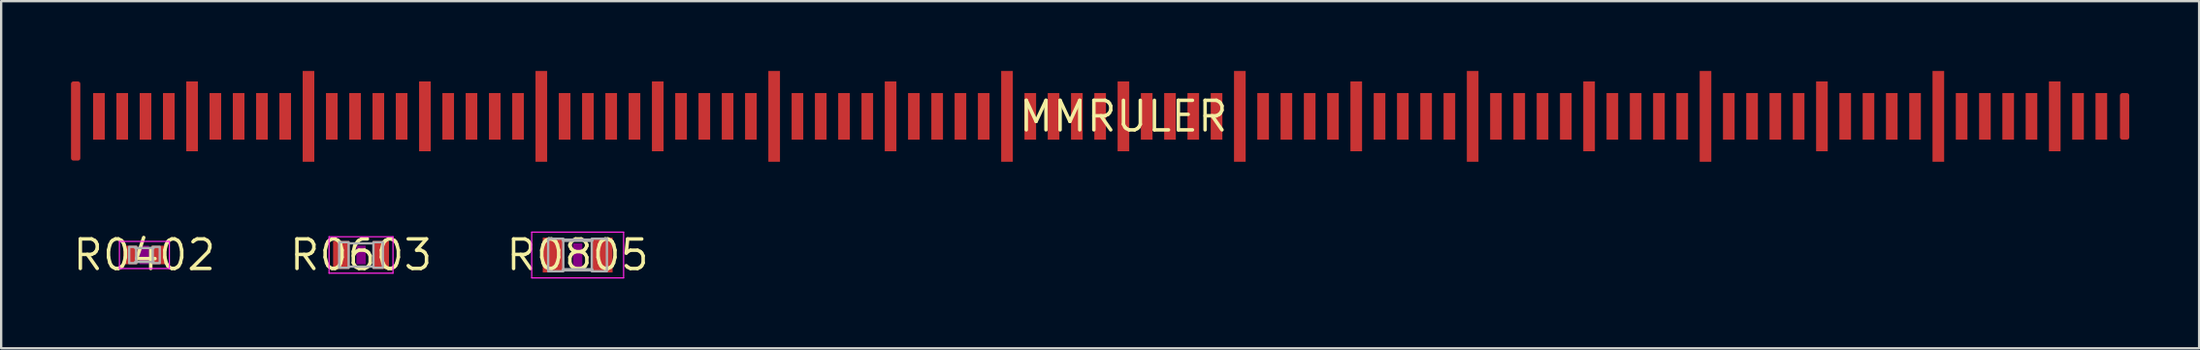
<source format=kicad_pcb>
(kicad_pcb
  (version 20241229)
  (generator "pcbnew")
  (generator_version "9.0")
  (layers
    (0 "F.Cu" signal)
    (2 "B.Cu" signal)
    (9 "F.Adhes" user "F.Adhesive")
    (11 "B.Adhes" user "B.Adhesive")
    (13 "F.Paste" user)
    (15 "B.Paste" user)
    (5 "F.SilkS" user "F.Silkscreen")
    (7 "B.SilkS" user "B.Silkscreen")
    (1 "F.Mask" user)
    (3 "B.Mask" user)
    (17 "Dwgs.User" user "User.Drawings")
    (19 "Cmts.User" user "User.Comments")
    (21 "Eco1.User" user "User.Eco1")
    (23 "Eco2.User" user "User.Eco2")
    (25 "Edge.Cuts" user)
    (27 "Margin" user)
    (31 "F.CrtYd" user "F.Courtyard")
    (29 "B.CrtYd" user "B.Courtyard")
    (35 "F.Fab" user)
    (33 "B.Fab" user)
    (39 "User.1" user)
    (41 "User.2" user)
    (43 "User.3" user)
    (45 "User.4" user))
  (footprint "MMRULER"
    (layer "F.Cu")
    (at 45.2 1.95)
    (property "Reference" "MMRULER" (at 0 0 0) (layer "F.SilkS") (effects (font (size 1.27 1.27) (thickness 0.15))))
    (pad "P$1" smd rect (at 0 0 90) (size 3 0.5) (layers "F.Cu" "F.Mask" "F.Paste"))
    (pad "P$2" smd rect (at 31 0 90) (size 2 0.5) (layers "F.Cu" "F.Mask" "F.Paste"))
    (pad "P$3" smd rect (at 32 0 90) (size 2 0.5) (layers "F.Cu" "F.Mask" "F.Paste"))
    (pad "P$4" smd rect (at 33 0 90) (size 2 0.5) (layers "F.Cu" "F.Mask" "F.Paste"))
    (pad "P$5" smd rect (at 34 0 90) (size 2 0.5) (layers "F.Cu" "F.Mask" "F.Paste"))
    (pad "P$6" smd rect (at 35 0 90) (size 3.9 0.5) (layers "F.Cu" "F.Mask" "F.Paste"))
    (pad "P$7" smd rect (at 36 0 90) (size 2 0.5) (layers "F.Cu" "F.Mask" "F.Paste"))
    (pad "P$8" smd rect (at 37 0 90) (size 2 0.5) (layers "F.Cu" "F.Mask" "F.Paste"))
    (pad "P$9" smd rect (at 38 0 90) (size 2 0.5) (layers "F.Cu" "F.Mask" "F.Paste"))
    (pad "P$10" smd rect (at 39 0 90) (size 2 0.5) (layers "F.Cu" "F.Mask" "F.Paste"))
    (pad "P$11" smd rect (at 40 0 90) (size 3 0.5) (layers "F.Cu" "F.Mask" "F.Paste"))
    (pad "P$12" smd rect (at 41 0 90) (size 2 0.5) (layers "F.Cu" "F.Mask" "F.Paste"))
    (pad "P$13" smd rect (at 42 0 90) (size 2 0.5) (layers "F.Cu" "F.Mask" "F.Paste"))
    (pad "P$14" smd roundrect (at 43 0 90) (size 2 0.4) (layers "F.Cu" "F.Mask" "F.Paste") (roundrect_rratio 0.25))
    (pad "P$16" smd rect (at -15 0 90) (size 3.9 0.5) (layers "F.Cu" "F.Mask" "F.Paste"))
    (pad "P$17" smd rect (at -14 0 90) (size 2 0.5) (layers "F.Cu" "F.Mask" "F.Paste"))
    (pad "P$18" smd rect (at -13 0 90) (size 2 0.5) (layers "F.Cu" "F.Mask" "F.Paste"))
    (pad "P$19" smd rect (at -12 0 90) (size 2 0.5) (layers "F.Cu" "F.Mask" "F.Paste"))
    (pad "P$20" smd rect (at -11 0 90) (size 2 0.5) (layers "F.Cu" "F.Mask" "F.Paste"))
    (pad "P$21" smd rect (at -10 0 90) (size 3 0.5) (layers "F.Cu" "F.Mask" "F.Paste"))
    (pad "P$22" smd rect (at -9 0 90) (size 2 0.5) (layers "F.Cu" "F.Mask" "F.Paste"))
    (pad "P$23" smd rect (at -8 0 90) (size 2 0.5) (layers "F.Cu" "F.Mask" "F.Paste"))
    (pad "P$24" smd rect (at -7 0 90) (size 2 0.5) (layers "F.Cu" "F.Mask" "F.Paste"))
    (pad "P$25" smd rect (at -6 0 90) (size 2 0.5) (layers "F.Cu" "F.Mask" "F.Paste"))
    (pad "P$26" smd rect (at -5 0 90) (size 3.9 0.5) (layers "F.Cu" "F.Mask" "F.Paste"))
    (pad "P$27" smd rect (at -4 0 90) (size 2 0.5) (layers "F.Cu" "F.Mask" "F.Paste"))
    (pad "P$28" smd rect (at -3 0 90) (size 2 0.5) (layers "F.Cu" "F.Mask" "F.Paste"))
    (pad "P$29" smd rect (at -2 0 90) (size 2 0.5) (layers "F.Cu" "F.Mask" "F.Paste"))
    (pad "P$30" smd rect (at -1 0 90) (size 2 0.5) (layers "F.Cu" "F.Mask" "F.Paste"))
    (pad "P$31" smd rect (at -30 0 90) (size 3 0.5) (layers "F.Cu" "F.Mask" "F.Paste"))
    (pad "P$32" smd rect (at -29 0 90) (size 2 0.5) (layers "F.Cu" "F.Mask" "F.Paste"))
    (pad "P$33" smd rect (at -28 0 90) (size 2 0.5) (layers "F.Cu" "F.Mask" "F.Paste"))
    (pad "P$34" smd rect (at -27 0 90) (size 2 0.5) (layers "F.Cu" "F.Mask" "F.Paste"))
    (pad "P$35" smd rect (at -26 0 90) (size 2 0.5) (layers "F.Cu" "F.Mask" "F.Paste"))
    (pad "P$36" smd rect (at -25 0 90) (size 3.9 0.5) (layers "F.Cu" "F.Mask" "F.Paste"))
    (pad "P$37" smd rect (at -24 0 90) (size 2 0.5) (layers "F.Cu" "F.Mask" "F.Paste"))
    (pad "P$38" smd rect (at -23 0 90) (size 2 0.5) (layers "F.Cu" "F.Mask" "F.Paste"))
    (pad "P$39" smd rect (at -22 0 90) (size 2 0.5) (layers "F.Cu" "F.Mask" "F.Paste"))
    (pad "P$40" smd rect (at -21 0 90) (size 2 0.5) (layers "F.Cu" "F.Mask" "F.Paste"))
    (pad "P$41" smd rect (at -20 0 90) (size 3 0.5) (layers "F.Cu" "F.Mask" "F.Paste"))
    (pad "P$42" smd rect (at -19 0 90) (size 2 0.5) (layers "F.Cu" "F.Mask" "F.Paste"))
    (pad "P$43" smd rect (at -18 0 90) (size 2 0.5) (layers "F.Cu" "F.Mask" "F.Paste"))
    (pad "P$44" smd rect (at -17 0 90) (size 2 0.5) (layers "F.Cu" "F.Mask" "F.Paste"))
    (pad "P$45" smd rect (at -16 0 90) (size 2 0.5) (layers "F.Cu" "F.Mask" "F.Paste"))
    (pad "P$46" smd roundrect (at -45 0.2 90) (size 3.4 0.4) (layers "F.Cu" "F.Mask" "F.Paste") (roundrect_rratio 0.25))
    (pad "P$47" smd rect (at -44 0 90) (size 2 0.5) (layers "F.Cu" "F.Mask" "F.Paste"))
    (pad "P$48" smd rect (at -43 0 90) (size 2 0.5) (layers "F.Cu" "F.Mask" "F.Paste"))
    (pad "P$49" smd rect (at -42 0 90) (size 2 0.5) (layers "F.Cu" "F.Mask" "F.Paste"))
    (pad "P$50" smd rect (at -41 0 90) (size 2 0.5) (layers "F.Cu" "F.Mask" "F.Paste"))
    (pad "P$51" smd rect (at -40 0 90) (size 3 0.5) (layers "F.Cu" "F.Mask" "F.Paste"))
    (pad "P$52" smd rect (at -39 0 90) (size 2 0.5) (layers "F.Cu" "F.Mask" "F.Paste"))
    (pad "P$53" smd rect (at -38 0 90) (size 2 0.5) (layers "F.Cu" "F.Mask" "F.Paste"))
    (pad "P$54" smd rect (at -37 0 90) (size 2 0.5) (layers "F.Cu" "F.Mask" "F.Paste"))
    (pad "P$55" smd rect (at -36 0 90) (size 2 0.5) (layers "F.Cu" "F.Mask" "F.Paste"))
    (pad "P$56" smd rect (at -35 0 90) (size 3.9 0.5) (layers "F.Cu" "F.Mask" "F.Paste"))
    (pad "P$57" smd rect (at -34 0 90) (size 2 0.5) (layers "F.Cu" "F.Mask" "F.Paste"))
    (pad "P$58" smd rect (at -33 0 90) (size 2 0.5) (layers "F.Cu" "F.Mask" "F.Paste"))
    (pad "P$59" smd rect (at -32 0 90) (size 2 0.5) (layers "F.Cu" "F.Mask" "F.Paste"))
    (pad "P$60" smd rect (at -31 0 90) (size 2 0.5) (layers "F.Cu" "F.Mask" "F.Paste"))
    (pad "P$62" smd rect (at 16 0 90) (size 2 0.5) (layers "F.Cu" "F.Mask" "F.Paste"))
    (pad "P$63" smd rect (at 17 0 90) (size 2 0.5) (layers "F.Cu" "F.Mask" "F.Paste"))
    (pad "P$64" smd rect (at 18 0 90) (size 2 0.5) (layers "F.Cu" "F.Mask" "F.Paste"))
    (pad "P$65" smd rect (at 19 0 90) (size 2 0.5) (layers "F.Cu" "F.Mask" "F.Paste"))
    (pad "P$66" smd rect (at 20 0 90) (size 3 0.5) (layers "F.Cu" "F.Mask" "F.Paste"))
    (pad "P$67" smd rect (at 21 0 90) (size 2 0.5) (layers "F.Cu" "F.Mask" "F.Paste"))
    (pad "P$68" smd rect (at 22 0 90) (size 2 0.5) (layers "F.Cu" "F.Mask" "F.Paste"))
    (pad "P$69" smd rect (at 23 0 90) (size 2 0.5) (layers "F.Cu" "F.Mask" "F.Paste"))
    (pad "P$70" smd rect (at 24 0 90) (size 2 0.5) (layers "F.Cu" "F.Mask" "F.Paste"))
    (pad "P$71" smd rect (at 25 0 90) (size 3.9 0.5) (layers "F.Cu" "F.Mask" "F.Paste"))
    (pad "P$72" smd rect (at 26 0 90) (size 2 0.5) (layers "F.Cu" "F.Mask" "F.Paste"))
    (pad "P$73" smd rect (at 27 0 90) (size 2 0.5) (layers "F.Cu" "F.Mask" "F.Paste"))
    (pad "P$74" smd rect (at 28 0 90) (size 2 0.5) (layers "F.Cu" "F.Mask" "F.Paste"))
    (pad "P$75" smd rect (at 29 0 90) (size 2 0.5) (layers "F.Cu" "F.Mask" "F.Paste"))
    (pad "P$76" smd rect (at 30 0 90) (size 3 0.5) (layers "F.Cu" "F.Mask" "F.Paste"))
    (pad "P$77" smd rect (at 1 0 90) (size 2 0.5) (layers "F.Cu" "F.Mask" "F.Paste"))
    (pad "P$78" smd rect (at 2 0 90) (size 2 0.5) (layers "F.Cu" "F.Mask" "F.Paste"))
    (pad "P$79" smd rect (at 3 0 90) (size 2 0.5) (layers "F.Cu" "F.Mask" "F.Paste"))
    (pad "P$80" smd rect (at 4 0 90) (size 2 0.5) (layers "F.Cu" "F.Mask" "F.Paste"))
    (pad "P$81" smd rect (at 5 0 90) (size 3.9 0.5) (layers "F.Cu" "F.Mask" "F.Paste"))
    (pad "P$82" smd rect (at 6 0 90) (size 2 0.5) (layers "F.Cu" "F.Mask" "F.Paste"))
    (pad "P$83" smd rect (at 7 0 90) (size 2 0.5) (layers "F.Cu" "F.Mask" "F.Paste"))
    (pad "P$84" smd rect (at 8 0 90) (size 2 0.5) (layers "F.Cu" "F.Mask" "F.Paste"))
    (pad "P$85" smd rect (at 9 0 90) (size 2 0.5) (layers "F.Cu" "F.Mask" "F.Paste"))
    (pad "P$86" smd rect (at 10 0 90) (size 3 0.5) (layers "F.Cu" "F.Mask" "F.Paste"))
    (pad "P$87" smd rect (at 11 0 90) (size 2 0.5) (layers "F.Cu" "F.Mask" "F.Paste"))
    (pad "P$88" smd rect (at 12 0 90) (size 2 0.5) (layers "F.Cu" "F.Mask" "F.Paste"))
    (pad "P$89" smd rect (at 13 0 90) (size 2 0.5) (layers "F.Cu" "F.Mask" "F.Paste"))
    (pad "P$90" smd rect (at 14 0 90) (size 2 0.5) (layers "F.Cu" "F.Mask" "F.Paste"))
    (pad "P$91" smd rect (at 15 0 90) (size 3.9 0.5) (layers "F.Cu" "F.Mask" "F.Paste")))
  (footprint "R0402"
    (layer "F.Cu")
    (at 3.152 7.906)
    (property "Reference" "R0402" (at 0 0 0) (layer "F.SilkS") (effects (font (size 1.27 1.27) (thickness 0.15))))
    (fp_poly (pts (xy -0.2 0.4) (xy 0.2 0.4) (xy 0.2 -0.4) (xy -0.2 -0.4)) (stroke (width 0) (type solid)) (fill yes) (layer "F.Adhes"))
    (fp_line (start -1.073 -0.583) (end 1.073 -0.583) (stroke (width 0.051) (type solid)) (layer "F.CrtYd"))
    (fp_line (start -1.073 0.583) (end -1.073 -0.583) (stroke (width 0.051) (type solid)) (layer "F.CrtYd"))
    (fp_line (start 1.073 -0.583) (end 1.073 0.583) (stroke (width 0.051) (type solid)) (layer "F.CrtYd"))
    (fp_line (start 1.073 0.583) (end -1.073 0.583) (stroke (width 0.051) (type solid)) (layer "F.CrtYd"))
    (fp_line (start -0.4 -0.3) (end 0.4 -0.3) (stroke (width 0.1) (type solid)) (layer "F.Fab"))
    (fp_line (start 0.4 0.3) (end -0.4 0.3) (stroke (width 0.1) (type solid)) (layer "F.Fab"))
    (fp_poly (pts (xy -0.654 0.35) (xy -0.354 0.35) (xy -0.354 -0.35) (xy -0.654 -0.35)) (stroke (width 0.1) (type solid)) (fill no) (layer "F.Fab"))
    (fp_poly (pts (xy 0.359 0.35) (xy 0.659 0.35) (xy 0.659 -0.35) (xy 0.359 -0.35)) (stroke (width 0.1) (type solid)) (fill no) (layer "F.Fab"))
    (pad "1" smd rect (at -0.6 0) (size 0.6 0.8) (layers "F.Cu" "F.Mask" "F.Paste"))
    (pad "2" smd rect (at 0.6 0) (size 0.6 0.8) (layers "F.Cu" "F.Mask" "F.Paste")))
  (footprint "R0805"
    (layer "F.Cu")
    (at 21.76 7.908)
    (property "Reference" "R0805" (at 0 0 0) (layer "F.SilkS") (effects (font (size 1.27 1.27) (thickness 0.15))))
    (fp_poly (pts (xy -0.2 0.5) (xy 0.2 0.5) (xy 0.2 -0.5) (xy -0.2 -0.5)) (stroke (width 0) (type solid)) (fill yes) (layer "F.Adhes"))
    (fp_line (start -1.973 -0.983) (end 1.973 -0.983) (stroke (width 0.051) (type solid)) (layer "F.CrtYd"))
    (fp_line (start -1.973 0.983) (end -1.973 -0.983) (stroke (width 0.051) (type solid)) (layer "F.CrtYd"))
    (fp_line (start 1.973 -0.983) (end 1.973 0.983) (stroke (width 0.051) (type solid)) (layer "F.CrtYd"))
    (fp_line (start 1.973 0.983) (end -1.973 0.983) (stroke (width 0.051) (type solid)) (layer "F.CrtYd"))
    (fp_line (start -0.61 -0.635) (end 0.61 -0.635) (stroke (width 0.152) (type solid)) (layer "F.Fab"))
    (fp_line (start -0.61 0.635) (end 0.61 0.635) (stroke (width 0.152) (type solid)) (layer "F.Fab"))
    (fp_poly (pts (xy -1.267 0.699) (xy -0.617 0.699) (xy -0.617 -0.702) (xy -1.267 -0.702)) (stroke (width 0.1) (type solid)) (fill no) (layer "F.Fab"))
    (fp_poly (pts (xy 0.606 0.699) (xy 1.256 0.699) (xy 1.256 -0.702) (xy 0.606 -0.702)) (stroke (width 0.1) (type solid)) (fill no) (layer "F.Fab"))
    (pad "1" smd rect (at -1.05 0) (size 0.9 1.5) (layers "F.Cu" "F.Mask" "F.Paste"))
    (pad "2" smd rect (at 1.05 0) (size 0.9 1.5) (layers "F.Cu" "F.Mask" "F.Paste")))
  (footprint "R0603"
    (layer "F.Cu")
    (at 12.456 7.906)
    (property "Reference" "R0603" (at 0 0 0) (layer "F.SilkS") (effects (font (size 1.27 1.27) (thickness 0.15))))
    (fp_poly (pts (xy -0.2 0.4) (xy 0.2 0.4) (xy 0.2 -0.4) (xy -0.2 -0.4)) (stroke (width 0) (type solid)) (fill yes) (layer "F.Adhes"))
    (fp_line (start -1.373 -0.783) (end 1.373 -0.783) (stroke (width 0.051) (type solid)) (layer "F.CrtYd"))
    (fp_line (start -1.373 0.783) (end -1.373 -0.783) (stroke (width 0.051) (type solid)) (layer "F.CrtYd"))
    (fp_line (start 1.373 -0.783) (end 1.373 0.783) (stroke (width 0.051) (type solid)) (layer "F.CrtYd"))
    (fp_line (start 1.373 0.783) (end -1.373 0.783) (stroke (width 0.051) (type solid)) (layer "F.CrtYd"))
    (fp_line (start -0.5 0.5) (end 0.5 0.5) (stroke (width 0.1) (type solid)) (layer "F.Fab"))
    (fp_line (start 0.5 -0.5) (end -0.5 -0.5) (stroke (width 0.1) (type solid)) (layer "F.Fab"))
    (fp_poly (pts (xy -0.938 0.55) (xy -0.532 0.55) (xy -0.532 -0.55) (xy -0.938 -0.55)) (stroke (width 0.1) (type solid)) (fill no) (layer "F.Fab"))
    (fp_poly (pts (xy 0.532 0.55) (xy 0.938 0.55) (xy 0.938 -0.55) (xy 0.532 -0.55)) (stroke (width 0.1) (type solid)) (fill no) (layer "F.Fab"))
    (pad "1" smd rect (at -0.85 0) (size 0.7 1.2) (layers "F.Cu" "F.Mask" "F.Paste"))
    (pad "2" smd rect (at 0.85 0) (size 0.7 1.2) (layers "F.Cu" "F.Mask" "F.Paste")))
  (gr_rect
    (start -3 -3)
    (end 91.4 11.917)
    (stroke (width 0.1) (type default))
    (fill no)
    (layer "Edge.Cuts")))
</source>
